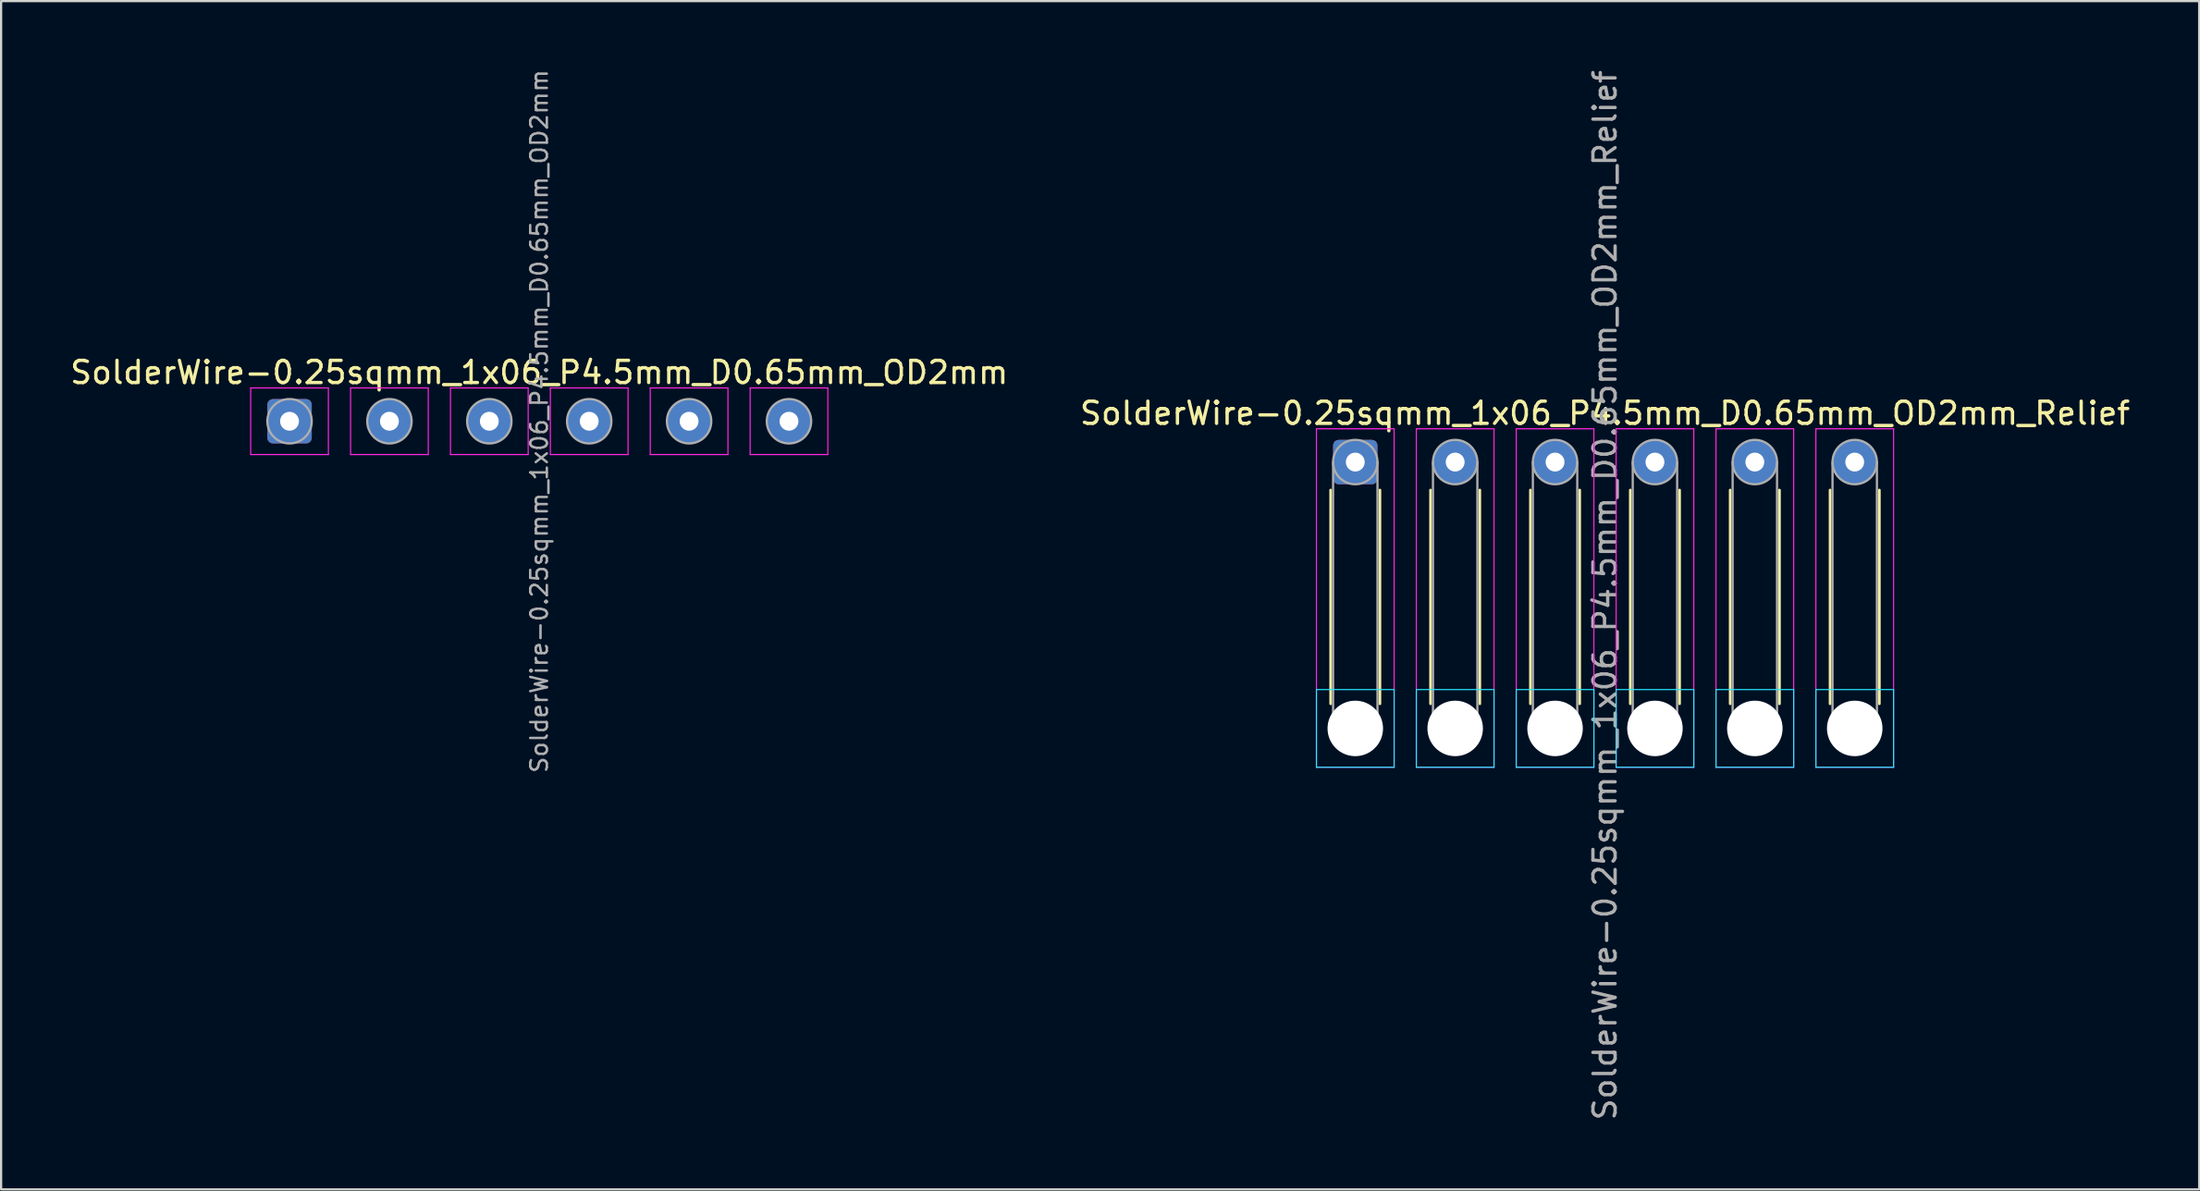
<source format=kicad_pcb>
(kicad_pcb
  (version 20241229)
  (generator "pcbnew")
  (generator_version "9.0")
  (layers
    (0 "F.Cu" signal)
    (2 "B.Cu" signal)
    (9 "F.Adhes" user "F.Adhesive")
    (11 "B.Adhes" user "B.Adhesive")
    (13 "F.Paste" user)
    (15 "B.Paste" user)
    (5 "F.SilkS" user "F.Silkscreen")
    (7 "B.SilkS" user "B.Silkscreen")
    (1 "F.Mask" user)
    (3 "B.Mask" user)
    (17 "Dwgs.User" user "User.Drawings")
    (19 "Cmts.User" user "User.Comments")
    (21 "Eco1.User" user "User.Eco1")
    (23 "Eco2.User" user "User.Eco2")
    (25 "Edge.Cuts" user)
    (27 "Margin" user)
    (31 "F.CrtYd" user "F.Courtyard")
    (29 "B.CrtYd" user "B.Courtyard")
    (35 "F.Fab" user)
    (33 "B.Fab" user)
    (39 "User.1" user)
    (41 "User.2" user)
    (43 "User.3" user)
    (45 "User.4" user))
  (footprint "SolderWire-0.25sqmm_1x06_P4.5mm_D0.65mm_OD2mm"
    (layer "F.Cu")
    (at 9.994 15.929)
    (property "Reference" "SolderWire-0.25sqmm_1x06_P4.5mm_D0.65mm_OD2mm" (at 11.25 -2.2 0) (layer "F.SilkS") (effects (font (size 1 1) (thickness 0.15))))
    (attr exclude_from_pos_files exclude_from_bom)
    (fp_line (start -1.75 -1.5) (end -1.75 1.5) (stroke (width 0.05) (type solid)) (layer "F.CrtYd"))
    (fp_line (start -1.75 1.5) (end 1.75 1.5) (stroke (width 0.05) (type solid)) (layer "F.CrtYd"))
    (fp_line (start 1.75 -1.5) (end -1.75 -1.5) (stroke (width 0.05) (type solid)) (layer "F.CrtYd"))
    (fp_line (start 1.75 1.5) (end 1.75 -1.5) (stroke (width 0.05) (type solid)) (layer "F.CrtYd"))
    (fp_line (start 2.75 -1.5) (end 2.75 1.5) (stroke (width 0.05) (type solid)) (layer "F.CrtYd"))
    (fp_line (start 2.75 1.5) (end 6.25 1.5) (stroke (width 0.05) (type solid)) (layer "F.CrtYd"))
    (fp_line (start 6.25 -1.5) (end 2.75 -1.5) (stroke (width 0.05) (type solid)) (layer "F.CrtYd"))
    (fp_line (start 6.25 1.5) (end 6.25 -1.5) (stroke (width 0.05) (type solid)) (layer "F.CrtYd"))
    (fp_line (start 7.25 -1.5) (end 7.25 1.5) (stroke (width 0.05) (type solid)) (layer "F.CrtYd"))
    (fp_line (start 7.25 1.5) (end 10.75 1.5) (stroke (width 0.05) (type solid)) (layer "F.CrtYd"))
    (fp_line (start 10.75 -1.5) (end 7.25 -1.5) (stroke (width 0.05) (type solid)) (layer "F.CrtYd"))
    (fp_line (start 10.75 1.5) (end 10.75 -1.5) (stroke (width 0.05) (type solid)) (layer "F.CrtYd"))
    (fp_line (start 11.75 -1.5) (end 11.75 1.5) (stroke (width 0.05) (type solid)) (layer "F.CrtYd"))
    (fp_line (start 11.75 1.5) (end 15.25 1.5) (stroke (width 0.05) (type solid)) (layer "F.CrtYd"))
    (fp_line (start 15.25 -1.5) (end 11.75 -1.5) (stroke (width 0.05) (type solid)) (layer "F.CrtYd"))
    (fp_line (start 15.25 1.5) (end 15.25 -1.5) (stroke (width 0.05) (type solid)) (layer "F.CrtYd"))
    (fp_line (start 16.25 -1.5) (end 16.25 1.5) (stroke (width 0.05) (type solid)) (layer "F.CrtYd"))
    (fp_line (start 16.25 1.5) (end 19.75 1.5) (stroke (width 0.05) (type solid)) (layer "F.CrtYd"))
    (fp_line (start 19.75 -1.5) (end 16.25 -1.5) (stroke (width 0.05) (type solid)) (layer "F.CrtYd"))
    (fp_line (start 19.75 1.5) (end 19.75 -1.5) (stroke (width 0.05) (type solid)) (layer "F.CrtYd"))
    (fp_line (start 20.75 -1.5) (end 20.75 1.5) (stroke (width 0.05) (type solid)) (layer "F.CrtYd"))
    (fp_line (start 20.75 1.5) (end 24.25 1.5) (stroke (width 0.05) (type solid)) (layer "F.CrtYd"))
    (fp_line (start 24.25 -1.5) (end 20.75 -1.5) (stroke (width 0.05) (type solid)) (layer "F.CrtYd"))
    (fp_line (start 24.25 1.5) (end 24.25 -1.5) (stroke (width 0.05) (type solid)) (layer "F.CrtYd"))
    (fp_circle (center 0 0) (end 1 0) (stroke (width 0.1) (type solid)) (fill no) (layer "F.Fab"))
    (fp_circle (center 4.5 0) (end 5.5 0) (stroke (width 0.1) (type solid)) (fill no) (layer "F.Fab"))
    (fp_circle (center 9 0) (end 10 0) (stroke (width 0.1) (type solid)) (fill no) (layer "F.Fab"))
    (fp_circle (center 13.5 0) (end 14.5 0) (stroke (width 0.1) (type solid)) (fill no) (layer "F.Fab"))
    (fp_circle (center 18 0) (end 19 0) (stroke (width 0.1) (type solid)) (fill no) (layer "F.Fab"))
    (fp_circle (center 22.5 0) (end 23.5 0) (stroke (width 0.1) (type solid)) (fill no) (layer "F.Fab"))
    (fp_text user "${REFERENCE}" (at 11.25 0 90) (layer "F.Fab") (effects (font (size 0.75 0.75) (thickness 0.11))))
    (pad "1" thru_hole roundrect (at 0 0) (size 2 2) (drill 0.85) (layers "*.Cu" "*.Mask") (roundrect_rratio 0.125))
    (pad "2" thru_hole circle (at 4.5 0) (size 2 2) (drill 0.85) (layers "*.Cu" "*.Mask"))
    (pad "3" thru_hole circle (at 9 0) (size 2 2) (drill 0.85) (layers "*.Cu" "*.Mask"))
    (pad "4" thru_hole circle (at 13.5 0) (size 2 2) (drill 0.85) (layers "*.Cu" "*.Mask"))
    (pad "5" thru_hole circle (at 18 0) (size 2 2) (drill 0.85) (layers "*.Cu" "*.Mask"))
    (pad "6" thru_hole circle (at 22.5 0) (size 2 2) (drill 0.85) (layers "*.Cu" "*.Mask")))
  (footprint "SolderWire-0.25sqmm_1x06_P4.5mm_D0.65mm_OD2mm_Relief"
    (layer "F.Cu")
    (at 58.006 17.768)
    (property "Reference" "SolderWire-0.25sqmm_1x06_P4.5mm_D0.65mm_OD2mm_Relief" (at 11.25 -2.2 0) (layer "F.SilkS") (effects (font (size 1 1) (thickness 0.15))))
    (attr exclude_from_pos_files exclude_from_bom)
    (fp_line (start -1.11 1.26) (end -1.11 10.89) (stroke (width 0.12) (type solid)) (layer "F.SilkS"))
    (fp_line (start 1.11 1.26) (end 1.11 10.89) (stroke (width 0.12) (type solid)) (layer "F.SilkS"))
    (fp_line (start 3.39 1.26) (end 3.39 10.89) (stroke (width 0.12) (type solid)) (layer "F.SilkS"))
    (fp_line (start 5.61 1.26) (end 5.61 10.89) (stroke (width 0.12) (type solid)) (layer "F.SilkS"))
    (fp_line (start 7.89 1.26) (end 7.89 10.89) (stroke (width 0.12) (type solid)) (layer "F.SilkS"))
    (fp_line (start 10.11 1.26) (end 10.11 10.89) (stroke (width 0.12) (type solid)) (layer "F.SilkS"))
    (fp_line (start 12.39 1.26) (end 12.39 10.89) (stroke (width 0.12) (type solid)) (layer "F.SilkS"))
    (fp_line (start 14.61 1.26) (end 14.61 10.89) (stroke (width 0.12) (type solid)) (layer "F.SilkS"))
    (fp_line (start 16.89 1.26) (end 16.89 10.89) (stroke (width 0.12) (type solid)) (layer "F.SilkS"))
    (fp_line (start 19.11 1.26) (end 19.11 10.89) (stroke (width 0.12) (type solid)) (layer "F.SilkS"))
    (fp_line (start 21.39 1.26) (end 21.39 10.89) (stroke (width 0.12) (type solid)) (layer "F.SilkS"))
    (fp_line (start 23.61 1.26) (end 23.61 10.89) (stroke (width 0.12) (type solid)) (layer "F.SilkS"))
    (fp_line (start -1.75 10.25) (end -1.75 13.75) (stroke (width 0.05) (type solid)) (layer "B.CrtYd"))
    (fp_line (start -1.75 13.75) (end 1.75 13.75) (stroke (width 0.05) (type solid)) (layer "B.CrtYd"))
    (fp_line (start 1.75 10.25) (end -1.75 10.25) (stroke (width 0.05) (type solid)) (layer "B.CrtYd"))
    (fp_line (start 1.75 13.75) (end 1.75 10.25) (stroke (width 0.05) (type solid)) (layer "B.CrtYd"))
    (fp_line (start 2.75 10.25) (end 2.75 13.75) (stroke (width 0.05) (type solid)) (layer "B.CrtYd"))
    (fp_line (start 2.75 13.75) (end 6.25 13.75) (stroke (width 0.05) (type solid)) (layer "B.CrtYd"))
    (fp_line (start 6.25 10.25) (end 2.75 10.25) (stroke (width 0.05) (type solid)) (layer "B.CrtYd"))
    (fp_line (start 6.25 13.75) (end 6.25 10.25) (stroke (width 0.05) (type solid)) (layer "B.CrtYd"))
    (fp_line (start 7.25 10.25) (end 7.25 13.75) (stroke (width 0.05) (type solid)) (layer "B.CrtYd"))
    (fp_line (start 7.25 13.75) (end 10.75 13.75) (stroke (width 0.05) (type solid)) (layer "B.CrtYd"))
    (fp_line (start 10.75 10.25) (end 7.25 10.25) (stroke (width 0.05) (type solid)) (layer "B.CrtYd"))
    (fp_line (start 10.75 13.75) (end 10.75 10.25) (stroke (width 0.05) (type solid)) (layer "B.CrtYd"))
    (fp_line (start 11.75 10.25) (end 11.75 13.75) (stroke (width 0.05) (type solid)) (layer "B.CrtYd"))
    (fp_line (start 11.75 13.75) (end 15.25 13.75) (stroke (width 0.05) (type solid)) (layer "B.CrtYd"))
    (fp_line (start 15.25 10.25) (end 11.75 10.25) (stroke (width 0.05) (type solid)) (layer "B.CrtYd"))
    (fp_line (start 15.25 13.75) (end 15.25 10.25) (stroke (width 0.05) (type solid)) (layer "B.CrtYd"))
    (fp_line (start 16.25 10.25) (end 16.25 13.75) (stroke (width 0.05) (type solid)) (layer "B.CrtYd"))
    (fp_line (start 16.25 13.75) (end 19.75 13.75) (stroke (width 0.05) (type solid)) (layer "B.CrtYd"))
    (fp_line (start 19.75 10.25) (end 16.25 10.25) (stroke (width 0.05) (type solid)) (layer "B.CrtYd"))
    (fp_line (start 19.75 13.75) (end 19.75 10.25) (stroke (width 0.05) (type solid)) (layer "B.CrtYd"))
    (fp_line (start 20.75 10.25) (end 20.75 13.75) (stroke (width 0.05) (type solid)) (layer "B.CrtYd"))
    (fp_line (start 20.75 13.75) (end 24.25 13.75) (stroke (width 0.05) (type solid)) (layer "B.CrtYd"))
    (fp_line (start 24.25 10.25) (end 20.75 10.25) (stroke (width 0.05) (type solid)) (layer "B.CrtYd"))
    (fp_line (start 24.25 13.75) (end 24.25 10.25) (stroke (width 0.05) (type solid)) (layer "B.CrtYd"))
    (fp_line (start -1.75 -1.5) (end -1.75 13.75) (stroke (width 0.05) (type solid)) (layer "F.CrtYd"))
    (fp_line (start -1.75 13.75) (end 1.75 13.75) (stroke (width 0.05) (type solid)) (layer "F.CrtYd"))
    (fp_line (start 1.75 -1.5) (end -1.75 -1.5) (stroke (width 0.05) (type solid)) (layer "F.CrtYd"))
    (fp_line (start 1.75 13.75) (end 1.75 -1.5) (stroke (width 0.05) (type solid)) (layer "F.CrtYd"))
    (fp_line (start 2.75 -1.5) (end 2.75 13.75) (stroke (width 0.05) (type solid)) (layer "F.CrtYd"))
    (fp_line (start 2.75 13.75) (end 6.25 13.75) (stroke (width 0.05) (type solid)) (layer "F.CrtYd"))
    (fp_line (start 6.25 -1.5) (end 2.75 -1.5) (stroke (width 0.05) (type solid)) (layer "F.CrtYd"))
    (fp_line (start 6.25 13.75) (end 6.25 -1.5) (stroke (width 0.05) (type solid)) (layer "F.CrtYd"))
    (fp_line (start 7.25 -1.5) (end 7.25 13.75) (stroke (width 0.05) (type solid)) (layer "F.CrtYd"))
    (fp_line (start 7.25 13.75) (end 10.75 13.75) (stroke (width 0.05) (type solid)) (layer "F.CrtYd"))
    (fp_line (start 10.75 -1.5) (end 7.25 -1.5) (stroke (width 0.05) (type solid)) (layer "F.CrtYd"))
    (fp_line (start 10.75 13.75) (end 10.75 -1.5) (stroke (width 0.05) (type solid)) (layer "F.CrtYd"))
    (fp_line (start 11.75 -1.5) (end 11.75 13.75) (stroke (width 0.05) (type solid)) (layer "F.CrtYd"))
    (fp_line (start 11.75 13.75) (end 15.25 13.75) (stroke (width 0.05) (type solid)) (layer "F.CrtYd"))
    (fp_line (start 15.25 -1.5) (end 11.75 -1.5) (stroke (width 0.05) (type solid)) (layer "F.CrtYd"))
    (fp_line (start 15.25 13.75) (end 15.25 -1.5) (stroke (width 0.05) (type solid)) (layer "F.CrtYd"))
    (fp_line (start 16.25 -1.5) (end 16.25 13.75) (stroke (width 0.05) (type solid)) (layer "F.CrtYd"))
    (fp_line (start 16.25 13.75) (end 19.75 13.75) (stroke (width 0.05) (type solid)) (layer "F.CrtYd"))
    (fp_line (start 19.75 -1.5) (end 16.25 -1.5) (stroke (width 0.05) (type solid)) (layer "F.CrtYd"))
    (fp_line (start 19.75 13.75) (end 19.75 -1.5) (stroke (width 0.05) (type solid)) (layer "F.CrtYd"))
    (fp_line (start 20.75 -1.5) (end 20.75 13.75) (stroke (width 0.05) (type solid)) (layer "F.CrtYd"))
    (fp_line (start 20.75 13.75) (end 24.25 13.75) (stroke (width 0.05) (type solid)) (layer "F.CrtYd"))
    (fp_line (start 24.25 -1.5) (end 20.75 -1.5) (stroke (width 0.05) (type solid)) (layer "F.CrtYd"))
    (fp_line (start 24.25 13.75) (end 24.25 -1.5) (stroke (width 0.05) (type solid)) (layer "F.CrtYd"))
    (fp_line (start -1 0) (end -1 12) (stroke (width 0.1) (type solid)) (layer "F.Fab"))
    (fp_line (start 1 0) (end 1 12) (stroke (width 0.1) (type solid)) (layer "F.Fab"))
    (fp_line (start 3.5 0) (end 3.5 12) (stroke (width 0.1) (type solid)) (layer "F.Fab"))
    (fp_line (start 5.5 0) (end 5.5 12) (stroke (width 0.1) (type solid)) (layer "F.Fab"))
    (fp_line (start 8 0) (end 8 12) (stroke (width 0.1) (type solid)) (layer "F.Fab"))
    (fp_line (start 10 0) (end 10 12) (stroke (width 0.1) (type solid)) (layer "F.Fab"))
    (fp_line (start 12.5 0) (end 12.5 12) (stroke (width 0.1) (type solid)) (layer "F.Fab"))
    (fp_line (start 14.5 0) (end 14.5 12) (stroke (width 0.1) (type solid)) (layer "F.Fab"))
    (fp_line (start 17 0) (end 17 12) (stroke (width 0.1) (type solid)) (layer "F.Fab"))
    (fp_line (start 19 0) (end 19 12) (stroke (width 0.1) (type solid)) (layer "F.Fab"))
    (fp_line (start 21.5 0) (end 21.5 12) (stroke (width 0.1) (type solid)) (layer "F.Fab"))
    (fp_line (start 23.5 0) (end 23.5 12) (stroke (width 0.1) (type solid)) (layer "F.Fab"))
    (fp_circle (center 0 0) (end 1 0) (stroke (width 0.1) (type solid)) (fill no) (layer "F.Fab"))
    (fp_circle (center 0 12) (end 1 12) (stroke (width 0.1) (type solid)) (fill no) (layer "F.Fab"))
    (fp_circle (center 4.5 0) (end 5.5 0) (stroke (width 0.1) (type solid)) (fill no) (layer "F.Fab"))
    (fp_circle (center 4.5 12) (end 5.5 12) (stroke (width 0.1) (type solid)) (fill no) (layer "F.Fab"))
    (fp_circle (center 9 0) (end 10 0) (stroke (width 0.1) (type solid)) (fill no) (layer "F.Fab"))
    (fp_circle (center 9 12) (end 10 12) (stroke (width 0.1) (type solid)) (fill no) (layer "F.Fab"))
    (fp_circle (center 13.5 0) (end 14.5 0) (stroke (width 0.1) (type solid)) (fill no) (layer "F.Fab"))
    (fp_circle (center 13.5 12) (end 14.5 12) (stroke (width 0.1) (type solid)) (fill no) (layer "F.Fab"))
    (fp_circle (center 18 0) (end 19 0) (stroke (width 0.1) (type solid)) (fill no) (layer "F.Fab"))
    (fp_circle (center 18 12) (end 19 12) (stroke (width 0.1) (type solid)) (fill no) (layer "F.Fab"))
    (fp_circle (center 22.5 0) (end 23.5 0) (stroke (width 0.1) (type solid)) (fill no) (layer "F.Fab"))
    (fp_circle (center 22.5 12) (end 23.5 12) (stroke (width 0.1) (type solid)) (fill no) (layer "F.Fab"))
    (fp_text user "${REFERENCE}" (at 11.25 6 90) (layer "F.Fab") (effects (font (size 1 1) (thickness 0.15))))
    (pad "" np_thru_hole circle (at 0 12) (size 2.5 2.5) (drill 2.5) (layers "*.Cu" "*.Mask"))
    (pad "" np_thru_hole circle (at 4.5 12) (size 2.5 2.5) (drill 2.5) (layers "*.Cu" "*.Mask"))
    (pad "" np_thru_hole circle (at 9 12) (size 2.5 2.5) (drill 2.5) (layers "*.Cu" "*.Mask"))
    (pad "" np_thru_hole circle (at 13.5 12) (size 2.5 2.5) (drill 2.5) (layers "*.Cu" "*.Mask"))
    (pad "" np_thru_hole circle (at 18 12) (size 2.5 2.5) (drill 2.5) (layers "*.Cu" "*.Mask"))
    (pad "" np_thru_hole circle (at 22.5 12) (size 2.5 2.5) (drill 2.5) (layers "*.Cu" "*.Mask"))
    (pad "1" thru_hole roundrect (at 0 0) (size 2 2) (drill 0.85) (layers "*.Cu" "*.Mask") (roundrect_rratio 0.125))
    (pad "2" thru_hole circle (at 4.5 0) (size 2 2) (drill 0.85) (layers "*.Cu" "*.Mask"))
    (pad "3" thru_hole circle (at 9 0) (size 2 2) (drill 0.85) (layers "*.Cu" "*.Mask"))
    (pad "4" thru_hole circle (at 13.5 0) (size 2 2) (drill 0.85) (layers "*.Cu" "*.Mask"))
    (pad "5" thru_hole circle (at 18 0) (size 2 2) (drill 0.85) (layers "*.Cu" "*.Mask"))
    (pad "6" thru_hole circle (at 22.5 0) (size 2 2) (drill 0.85) (layers "*.Cu" "*.Mask")))
  (gr_rect
    (start -3 -3)
    (end 96.024 50.536)
    (stroke (width 0.1) (type default))
    (fill no)
    (layer "Edge.Cuts")))
</source>
